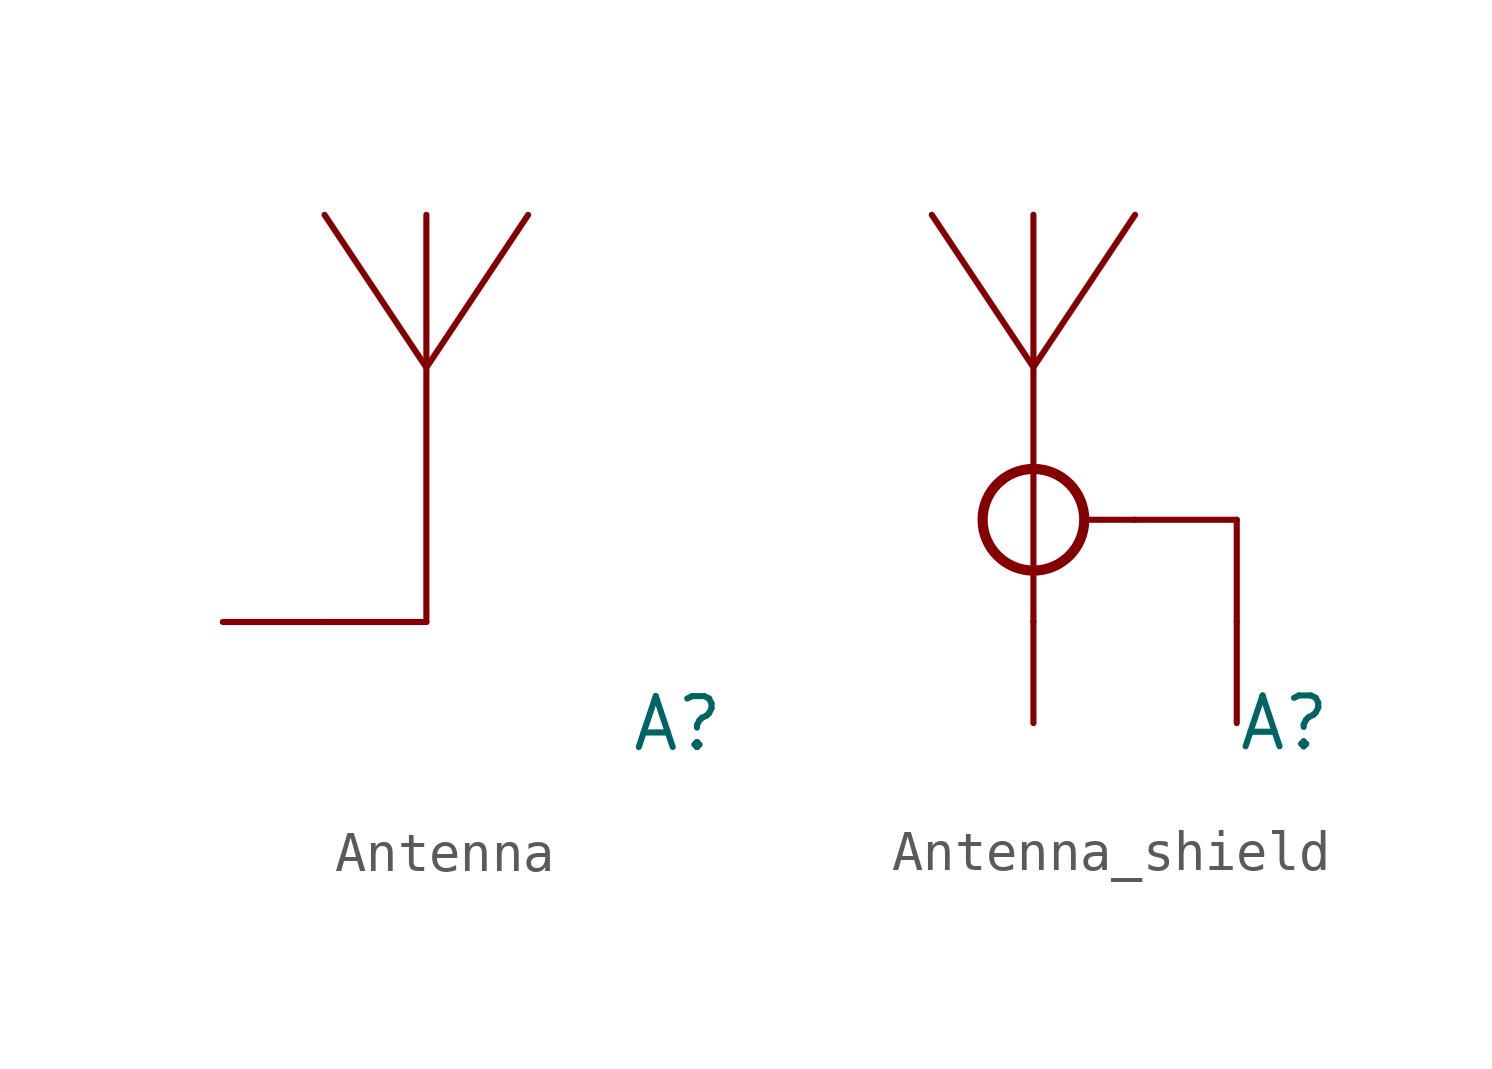
<source format=kicad_sym>
(kicad_symbol_lib
  (version 20211014)
  (generator kicad_symbol_editor)
  (symbol "Antenna"
    (pin_numbers hide)
    (pin_names
      (offset 1.016) hide)
    (property "Reference" "A"
      (at 5.08 -7.62 0)
      (effects (font (size 1.27 1.27)) (justify left)))
    (symbol "Antenna_0_1"
      (polyline (pts (xy -2.54 -5.08) (xy 0 -5.08)) (stroke (width 0) (type default) (color 0 0 0 0)) (fill (type none)))
      (polyline (pts (xy 0 -5.08) (xy 0 5.08)) (stroke (width 0) (type default) (color 0 0 0 0)) (fill (type none)))
      (polyline (pts (xy 2.54 5.08) (xy 0 1.27) (xy -2.54 5.08)) (stroke (width 0) (type default) (color 0 0 0 0)) (fill (type none))))
    (symbol "Antenna_1_1"
      (pin passive line (at -5.08 -5.08 0) (length 2.54) (name "1" (effects (font (size 1.27 1.27)))) (number "1" (effects (font (size 1.27 1.27)))))))
  (symbol "Antenna_shield"
    (pin_numbers hide)
    (pin_names
      (offset 1.016) hide)
    (property "Reference" "A"
      (at 5.08 -5.08 0)
      (effects (font (size 1.27 1.27)) (justify left)))
    (symbol "Antenna_shield_0_1"
      (polyline (pts (xy 0 -2.54) (xy 0 7.62)) (stroke (width 0) (type default) (color 0 0 0 0)) (fill (type none)))
      (polyline (pts (xy 5.08 0) (xy 2.54 0)) (stroke (width 0) (type default) (color 0 0 0 0)) (fill (type none)))
      (polyline (pts (xy 2.54 7.62) (xy 0 3.81) (xy -2.54 7.62)) (stroke (width 0) (type default) (color 0 0 0 0)) (fill (type none)))
      (circle (center 0 0) (radius 1.27) (stroke (width 0.254) (type default) (color 0 0 0 0)) (fill (type none)))
      (rectangle (start 1.27 0) (end 2.54 0) (stroke (width 0) (type default) (color 0 0 0 0)) (fill (type none)))
      (rectangle (start 5.08 0) (end 5.08 -2.54) (stroke (width 0) (type default) (color 0 0 0 0)) (fill (type none))))
    (symbol "Antenna_shield_1_1"
      (pin input line (at 0 -5.08 90) (length 2.54) (name "1" (effects (font (size 1.27 1.27)))) (number "1" (effects (font (size 1.27 1.27)))))
      (pin passive line (at 5.08 -5.08 90) (length 2.54) (name "~" (effects (font (size 1.27 1.27)))) (number "2" (effects (font (size 1.27 1.27))))))))
</source>
